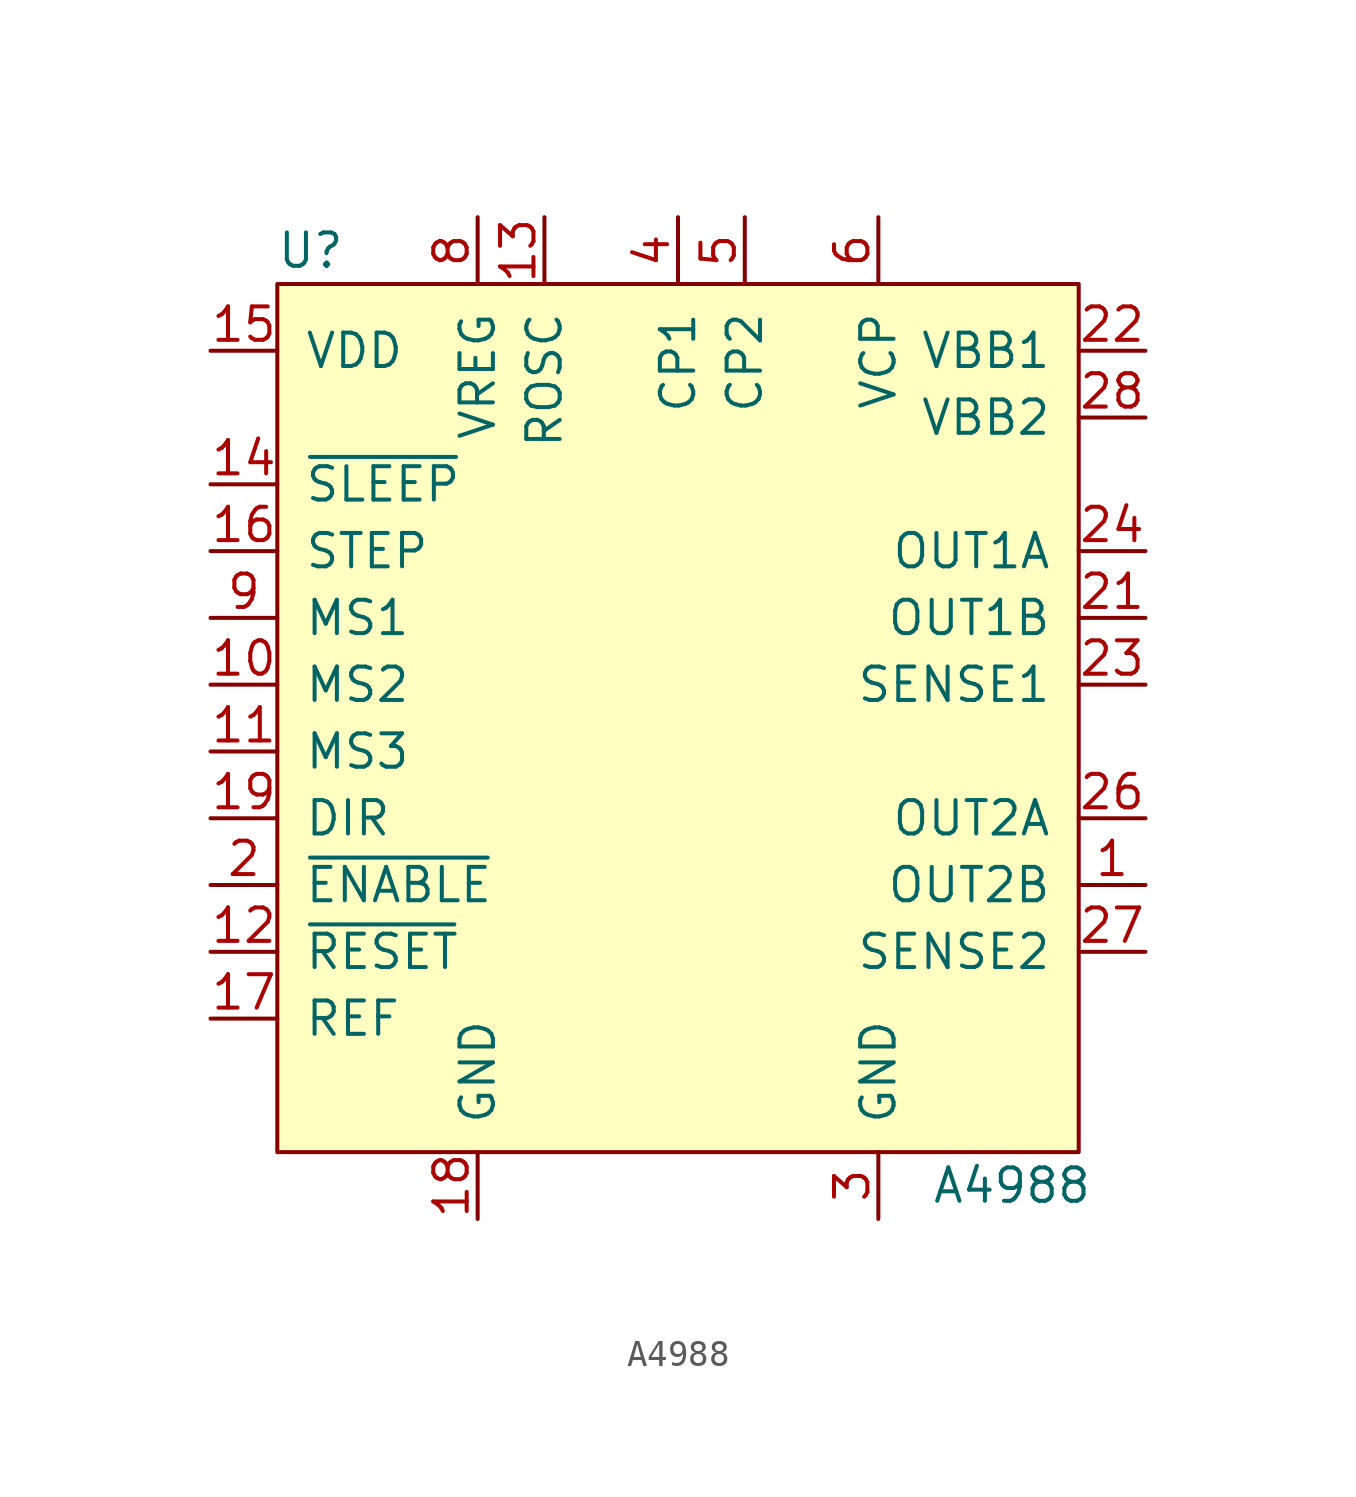
<source format=kicad_sym>
(kicad_symbol_lib
  (version 20220914)
  (generator kicad_symbol_editor)
  (symbol "A4988"
    (pin_names
      (offset 1.016))
    (property "Reference" "U"
      (at 1.27 1.27 0)
      (effects (font (size 1.27 1.27))))
    (property "Value" "A4988"
      (at 27.94 -34.29 0)
      (effects (font (size 1.27 1.27))))
    (symbol "A4988_0_1"
      (rectangle (start 25.4 0) (end 25.4 0) (stroke (width 0) (type default)) (fill (type none))))
    (symbol "A4988_1_1"
      (rectangle (start 0 0) (end 30.48 -33.02) (stroke (width 0) (type default)) (fill (type background)))
      (pin output line (at 33.02 -22.86 180) (length 2.54) (name "OUT2B" (effects (font (size 1.27 1.27)))) (number "1" (effects (font (size 1.27 1.27)))))
      (pin input line (at -2.54 -15.24 0) (length 2.54) (name "MS2" (effects (font (size 1.27 1.27)))) (number "10" (effects (font (size 1.27 1.27)))))
      (pin input line (at -2.54 -17.78 0) (length 2.54) (name "MS3" (effects (font (size 1.27 1.27)))) (number "11" (effects (font (size 1.27 1.27)))))
      (pin power_in line (at -2.54 -25.4 0) (length 2.54) (name "~{RESET}" (effects (font (size 1.27 1.27)))) (number "12" (effects (font (size 1.27 1.27)))))
      (pin output line (at 10.16 2.54 270) (length 2.54) (name "ROSC" (effects (font (size 1.27 1.27)))) (number "13" (effects (font (size 1.27 1.27)))))
      (pin input line (at -2.54 -7.62 0) (length 2.54) (name "~{SLEEP}" (effects (font (size 1.27 1.27)))) (number "14" (effects (font (size 1.27 1.27)))))
      (pin power_in line (at -2.54 -2.54 0) (length 2.54) (name "VDD" (effects (font (size 1.27 1.27)))) (number "15" (effects (font (size 1.27 1.27)))))
      (pin input line (at -2.54 -10.16 0) (length 2.54) (name "STEP" (effects (font (size 1.27 1.27)))) (number "16" (effects (font (size 1.27 1.27)))))
      (pin input line (at -2.54 -27.94 0) (length 2.54) (name "REF" (effects (font (size 1.27 1.27)))) (number "17" (effects (font (size 1.27 1.27)))))
      (pin power_in line (at 7.62 -35.56 90) (length 2.54) (name "GND" (effects (font (size 1.27 1.27)))) (number "18" (effects (font (size 1.27 1.27)))))
      (pin input line (at -2.54 -20.32 0) (length 2.54) (name "DIR" (effects (font (size 1.27 1.27)))) (number "19" (effects (font (size 1.27 1.27)))))
      (pin input line (at -2.54 -22.86 0) (length 2.54) (name "~{ENABLE}" (effects (font (size 1.27 1.27)))) (number "2" (effects (font (size 1.27 1.27)))))
      (pin output line (at 33.02 -12.7 180) (length 2.54) (name "OUT1B" (effects (font (size 1.27 1.27)))) (number "21" (effects (font (size 1.27 1.27)))))
      (pin power_in line (at 33.02 -2.54 180) (length 2.54) (name "VBB1" (effects (font (size 1.27 1.27)))) (number "22" (effects (font (size 1.27 1.27)))))
      (pin output line (at 33.02 -15.24 180) (length 2.54) (name "SENSE1" (effects (font (size 1.27 1.27)))) (number "23" (effects (font (size 1.27 1.27)))))
      (pin output line (at 33.02 -10.16 180) (length 2.54) (name "OUT1A" (effects (font (size 1.27 1.27)))) (number "24" (effects (font (size 1.27 1.27)))))
      (pin output line (at 33.02 -20.32 180) (length 2.54) (name "OUT2A" (effects (font (size 1.27 1.27)))) (number "26" (effects (font (size 1.27 1.27)))))
      (pin output line (at 33.02 -25.4 180) (length 2.54) (name "SENSE2" (effects (font (size 1.27 1.27)))) (number "27" (effects (font (size 1.27 1.27)))))
      (pin power_in line (at 33.02 -5.08 180) (length 2.54) (name "VBB2" (effects (font (size 1.27 1.27)))) (number "28" (effects (font (size 1.27 1.27)))))
      (pin power_in line (at 22.86 -35.56 90) (length 2.54) (name "GND" (effects (font (size 1.27 1.27)))) (number "3" (effects (font (size 1.27 1.27)))))
      (pin bidirectional line (at 15.24 2.54 270) (length 2.54) (name "CP1" (effects (font (size 1.27 1.27)))) (number "4" (effects (font (size 1.27 1.27)))))
      (pin bidirectional line (at 17.78 2.54 270) (length 2.54) (name "CP2" (effects (font (size 1.27 1.27)))) (number "5" (effects (font (size 1.27 1.27)))))
      (pin bidirectional line (at 22.86 2.54 270) (length 2.54) (name "VCP" (effects (font (size 1.27 1.27)))) (number "6" (effects (font (size 1.27 1.27)))))
      (pin output line (at 7.62 2.54 270) (length 2.54) (name "VREG" (effects (font (size 1.27 1.27)))) (number "8" (effects (font (size 1.27 1.27)))))
      (pin input line (at -2.54 -12.7 0) (length 2.54) (name "MS1" (effects (font (size 1.27 1.27)))) (number "9" (effects (font (size 1.27 1.27))))))))
</source>
